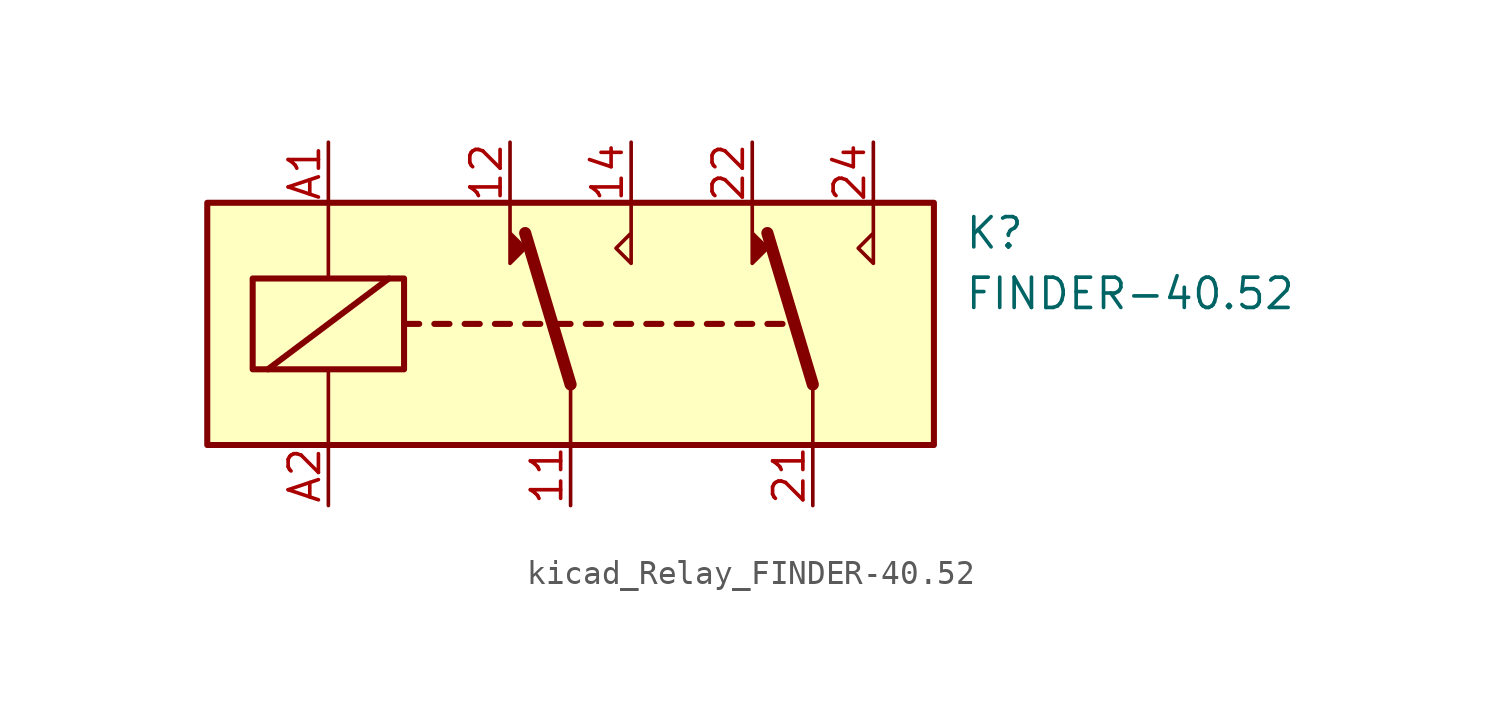
<source format=kicad_sym>
(kicad_symbol_lib
  (version 20220914)
  (generator kicad_symbol_editor)
  (symbol "kicad_Relay_FINDER-40.52"
    (property "Reference" "K"
      (at 16.51 3.81 0)
      (effects (font (size 1.27 1.27)) (justify left)))
    (property "Value" "FINDER-40.52"
      (at 16.51 1.27 0)
      (effects (font (size 1.27 1.27)) (justify left)))
    (symbol "kicad_Relay_FINDER-40.52_0_1"
      (rectangle (start -15.24 5.08) (end 15.24 -5.08) (stroke (width 0.254) (type default)) (fill (type background)))
      (rectangle (start -13.335 1.905) (end -6.985 -1.905) (stroke (width 0.254) (type default)) (fill (type none)))
      (polyline (pts (xy -12.7 -1.905) (xy -7.62 1.905)) (stroke (width 0.254) (type default)) (fill (type none)))
      (polyline (pts (xy -10.16 -5.08) (xy -10.16 -1.905)) (stroke (width 0) (type default)) (fill (type none)))
      (polyline (pts (xy -10.16 5.08) (xy -10.16 1.905)) (stroke (width 0) (type default)) (fill (type none)))
      (polyline (pts (xy -6.985 0) (xy -6.35 0)) (stroke (width 0.254) (type default)) (fill (type none)))
      (polyline (pts (xy -5.715 0) (xy -5.08 0)) (stroke (width 0.254) (type default)) (fill (type none)))
      (polyline (pts (xy -4.445 0) (xy -3.81 0)) (stroke (width 0.254) (type default)) (fill (type none)))
      (polyline (pts (xy -3.175 0) (xy -2.54 0)) (stroke (width 0.254) (type default)) (fill (type none)))
      (polyline (pts (xy -1.905 0) (xy -1.27 0)) (stroke (width 0.254) (type default)) (fill (type none)))
      (polyline (pts (xy -0.635 0) (xy 0 0)) (stroke (width 0.254) (type default)) (fill (type none)))
      (polyline (pts (xy 0 -2.54) (xy -1.905 3.81)) (stroke (width 0.508) (type default)) (fill (type none)))
      (polyline (pts (xy 0 -2.54) (xy 0 -5.08)) (stroke (width 0) (type default)) (fill (type none)))
      (polyline (pts (xy 0.635 0) (xy 1.27 0)) (stroke (width 0.254) (type default)) (fill (type none)))
      (polyline (pts (xy 1.905 0) (xy 2.54 0)) (stroke (width 0.254) (type default)) (fill (type none)))
      (polyline (pts (xy 3.175 0) (xy 3.81 0)) (stroke (width 0.254) (type default)) (fill (type none)))
      (polyline (pts (xy 4.445 0) (xy 5.08 0)) (stroke (width 0.254) (type default)) (fill (type none)))
      (polyline (pts (xy 5.715 0) (xy 6.35 0)) (stroke (width 0.254) (type default)) (fill (type none)))
      (polyline (pts (xy 6.985 0) (xy 7.62 0)) (stroke (width 0.254) (type default)) (fill (type none)))
      (polyline (pts (xy 8.255 0) (xy 8.89 0)) (stroke (width 0.254) (type default)) (fill (type none)))
      (polyline (pts (xy 10.16 -2.54) (xy 8.255 3.81)) (stroke (width 0.508) (type default)) (fill (type none)))
      (polyline (pts (xy 10.16 -2.54) (xy 10.16 -5.08)) (stroke (width 0) (type default)) (fill (type none)))
      (polyline (pts (xy -2.54 5.08) (xy -2.54 2.54) (xy -1.905 3.175) (xy -2.54 3.81)) (stroke (width 0) (type default)) (fill (type outline)))
      (polyline (pts (xy 2.54 5.08) (xy 2.54 2.54) (xy 1.905 3.175) (xy 2.54 3.81)) (stroke (width 0) (type default)) (fill (type none)))
      (polyline (pts (xy 7.62 5.08) (xy 7.62 2.54) (xy 8.255 3.175) (xy 7.62 3.81)) (stroke (width 0) (type default)) (fill (type outline)))
      (polyline (pts (xy 12.7 5.08) (xy 12.7 2.54) (xy 12.065 3.175) (xy 12.7 3.81)) (stroke (width 0) (type default)) (fill (type none))))
    (symbol "kicad_Relay_FINDER-40.52_1_1"
      (pin passive line (at 0 -7.62 90) (length 2.54) (name "~" (effects (font (size 1.27 1.27)))) (number "11" (effects (font (size 1.27 1.27)))))
      (pin passive line (at -2.54 7.62 270) (length 2.54) (name "~" (effects (font (size 1.27 1.27)))) (number "12" (effects (font (size 1.27 1.27)))))
      (pin passive line (at 2.54 7.62 270) (length 2.54) (name "~" (effects (font (size 1.27 1.27)))) (number "14" (effects (font (size 1.27 1.27)))))
      (pin passive line (at 10.16 -7.62 90) (length 2.54) (name "~" (effects (font (size 1.27 1.27)))) (number "21" (effects (font (size 1.27 1.27)))))
      (pin passive line (at 7.62 7.62 270) (length 2.54) (name "~" (effects (font (size 1.27 1.27)))) (number "22" (effects (font (size 1.27 1.27)))))
      (pin passive line (at 12.7 7.62 270) (length 2.54) (name "~" (effects (font (size 1.27 1.27)))) (number "24" (effects (font (size 1.27 1.27)))))
      (pin passive line (at -10.16 7.62 270) (length 2.54) (name "~" (effects (font (size 1.27 1.27)))) (number "A1" (effects (font (size 1.27 1.27)))))
      (pin passive line (at -10.16 -7.62 90) (length 2.54) (name "~" (effects (font (size 1.27 1.27)))) (number "A2" (effects (font (size 1.27 1.27))))))))
</source>
